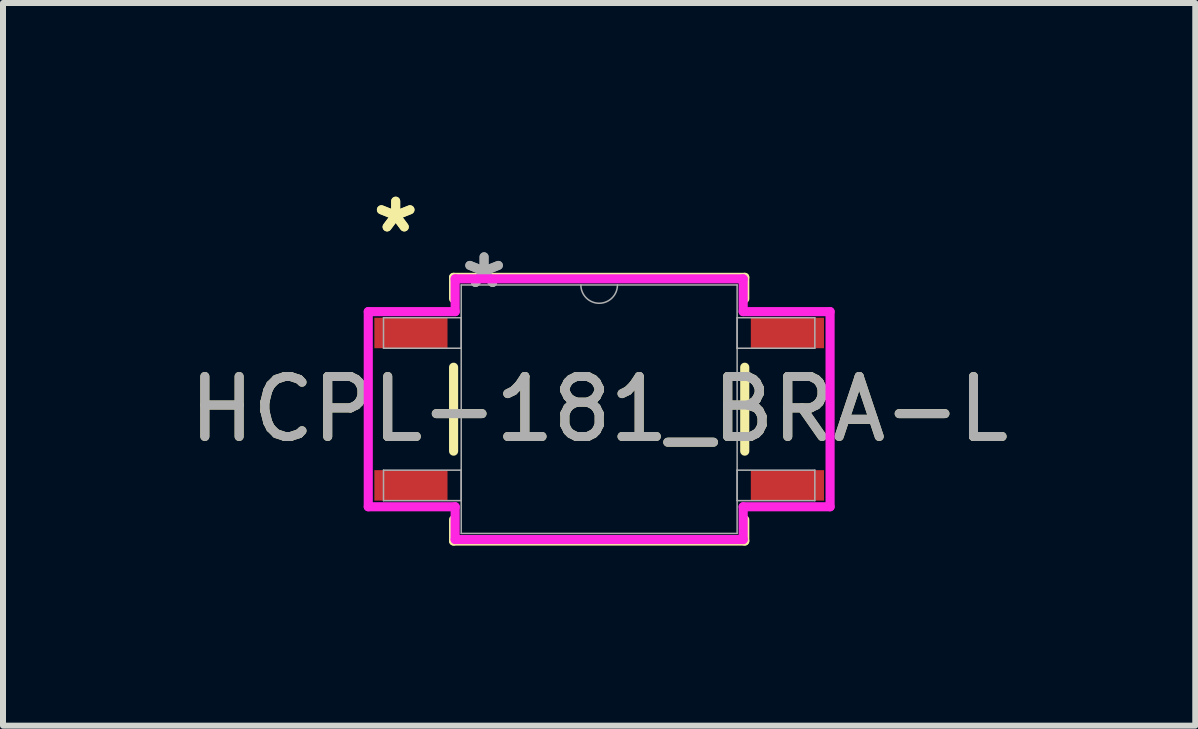
<source format=kicad_pcb>
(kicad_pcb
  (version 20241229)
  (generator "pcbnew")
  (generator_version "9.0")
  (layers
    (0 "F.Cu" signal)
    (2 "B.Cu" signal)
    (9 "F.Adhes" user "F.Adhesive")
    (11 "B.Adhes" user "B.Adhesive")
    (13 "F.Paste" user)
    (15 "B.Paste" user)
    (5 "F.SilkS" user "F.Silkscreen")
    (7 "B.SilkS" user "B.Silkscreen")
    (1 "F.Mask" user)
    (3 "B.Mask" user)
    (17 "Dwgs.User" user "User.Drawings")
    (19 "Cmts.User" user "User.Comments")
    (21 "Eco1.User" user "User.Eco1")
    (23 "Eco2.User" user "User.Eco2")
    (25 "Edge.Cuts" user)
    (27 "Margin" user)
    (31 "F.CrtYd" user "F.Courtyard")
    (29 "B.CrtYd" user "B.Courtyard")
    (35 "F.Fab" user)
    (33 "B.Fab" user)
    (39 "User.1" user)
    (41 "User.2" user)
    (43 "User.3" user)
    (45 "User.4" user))
  (footprint "HCPL-181_BRA-L"
    (layer "F.Cu")
    (at 6.935 3.769)
    (property "Reference" "HCPL-181_BRA-L" (at 0 0 0) (unlocked yes) (layer "F.SilkS") (effects (font (size 1 1) (thickness 0.15))))
    (attr smd)
    (fp_line (start -2.426 -2.197) (end -2.426 -1.841) (stroke (width 0.152) (type solid)) (layer "F.SilkS"))
    (fp_line (start -2.426 -0.699) (end -2.426 0.699) (stroke (width 0.152) (type solid)) (layer "F.SilkS"))
    (fp_line (start -2.426 1.841) (end -2.426 2.197) (stroke (width 0.152) (type solid)) (layer "F.SilkS"))
    (fp_line (start -2.426 2.197) (end 2.426 2.197) (stroke (width 0.152) (type solid)) (layer "F.SilkS"))
    (fp_line (start 2.426 -2.197) (end -2.426 -2.197) (stroke (width 0.152) (type solid)) (layer "F.SilkS"))
    (fp_line (start 2.426 -1.841) (end 2.426 -2.197) (stroke (width 0.152) (type solid)) (layer "F.SilkS"))
    (fp_line (start 2.426 0.699) (end 2.426 -0.699) (stroke (width 0.152) (type solid)) (layer "F.SilkS"))
    (fp_line (start 2.426 2.197) (end 2.426 1.841) (stroke (width 0.152) (type solid)) (layer "F.SilkS"))
    (fp_line (start -3.848 -1.626) (end -2.4 -1.626) (stroke (width 0.152) (type solid)) (layer "F.CrtYd"))
    (fp_line (start -3.848 1.626) (end -3.848 -1.626) (stroke (width 0.152) (type solid)) (layer "F.CrtYd"))
    (fp_line (start -3.848 1.626) (end -2.4 1.626) (stroke (width 0.152) (type solid)) (layer "F.CrtYd"))
    (fp_line (start -2.4 -2.172) (end 2.4 -2.172) (stroke (width 0.152) (type solid)) (layer "F.CrtYd"))
    (fp_line (start -2.4 -1.626) (end -2.4 -2.172) (stroke (width 0.152) (type solid)) (layer "F.CrtYd"))
    (fp_line (start -2.4 2.172) (end -2.4 1.626) (stroke (width 0.152) (type solid)) (layer "F.CrtYd"))
    (fp_line (start 2.4 -2.172) (end 2.4 -1.626) (stroke (width 0.152) (type solid)) (layer "F.CrtYd"))
    (fp_line (start 2.4 1.626) (end 2.4 2.172) (stroke (width 0.152) (type solid)) (layer "F.CrtYd"))
    (fp_line (start 2.4 2.172) (end -2.4 2.172) (stroke (width 0.152) (type solid)) (layer "F.CrtYd"))
    (fp_line (start 3.848 -1.626) (end 2.4 -1.626) (stroke (width 0.152) (type solid)) (layer "F.CrtYd"))
    (fp_line (start 3.848 -1.626) (end 3.848 1.626) (stroke (width 0.152) (type solid)) (layer "F.CrtYd"))
    (fp_line (start 3.848 1.626) (end 2.4 1.626) (stroke (width 0.152) (type solid)) (layer "F.CrtYd"))
    (fp_line (start -3.594 -1.524) (end -3.594 -1.016) (stroke (width 0.025) (type solid)) (layer "F.Fab"))
    (fp_line (start -3.594 -1.016) (end -2.299 -1.016) (stroke (width 0.025) (type solid)) (layer "F.Fab"))
    (fp_line (start -3.594 1.016) (end -3.594 1.524) (stroke (width 0.025) (type solid)) (layer "F.Fab"))
    (fp_line (start -3.594 1.524) (end -2.299 1.524) (stroke (width 0.025) (type solid)) (layer "F.Fab"))
    (fp_line (start -2.299 -2.07) (end -2.299 2.07) (stroke (width 0.025) (type solid)) (layer "F.Fab"))
    (fp_line (start -2.299 -1.524) (end -3.594 -1.524) (stroke (width 0.025) (type solid)) (layer "F.Fab"))
    (fp_line (start -2.299 -1.016) (end -2.299 -1.524) (stroke (width 0.025) (type solid)) (layer "F.Fab"))
    (fp_line (start -2.299 1.016) (end -3.594 1.016) (stroke (width 0.025) (type solid)) (layer "F.Fab"))
    (fp_line (start -2.299 1.524) (end -2.299 1.016) (stroke (width 0.025) (type solid)) (layer "F.Fab"))
    (fp_line (start -2.299 2.07) (end 2.299 2.07) (stroke (width 0.025) (type solid)) (layer "F.Fab"))
    (fp_line (start 2.299 -2.07) (end -2.299 -2.07) (stroke (width 0.025) (type solid)) (layer "F.Fab"))
    (fp_line (start 2.299 -1.524) (end 2.299 -1.016) (stroke (width 0.025) (type solid)) (layer "F.Fab"))
    (fp_line (start 2.299 -1.016) (end 3.594 -1.016) (stroke (width 0.025) (type solid)) (layer "F.Fab"))
    (fp_line (start 2.299 1.016) (end 2.299 1.524) (stroke (width 0.025) (type solid)) (layer "F.Fab"))
    (fp_line (start 2.299 1.524) (end 3.594 1.524) (stroke (width 0.025) (type solid)) (layer "F.Fab"))
    (fp_line (start 2.299 2.07) (end 2.299 -2.07) (stroke (width 0.025) (type solid)) (layer "F.Fab"))
    (fp_line (start 3.594 -1.524) (end 2.299 -1.524) (stroke (width 0.025) (type solid)) (layer "F.Fab"))
    (fp_line (start 3.594 -1.016) (end 3.594 -1.524) (stroke (width 0.025) (type solid)) (layer "F.Fab"))
    (fp_line (start 3.594 1.016) (end 2.299 1.016) (stroke (width 0.025) (type solid)) (layer "F.Fab"))
    (fp_line (start 3.594 1.524) (end 3.594 1.016) (stroke (width 0.025) (type solid)) (layer "F.Fab"))
    (fp_arc (start 0.3048 -2.0701) (mid 0 -1.7653) (end -0.3048 -2.0701) (stroke (width 0.0254) (type solid)) (layer "F.Fab"))
    (fp_text user "*" (at -3.391 -2.921 0) (unlocked yes) (layer "F.SilkS") (effects (font (size 1 1) (thickness 0.15))))
    (fp_text user "*" (at -3.391 -2.921 0) (layer "F.SilkS") (effects (font (size 1 1) (thickness 0.15))))
    (fp_text user "*" (at -1.918 -1.994 0) (unlocked yes) (layer "F.Fab") (effects (font (size 1 1) (thickness 0.15))))
    (fp_text user "${REFERENCE}" (at 0 0 0) (unlocked yes) (layer "F.Fab") (effects (font (size 1 1) (thickness 0.15))))
    (fp_text user "*" (at -1.918 -1.994 0) (layer "F.Fab") (effects (font (size 1 1) (thickness 0.15))))
    (pad "1" smd rect (at -3.137 -1.27) (size 1.219 0.508) (layers "F.Cu" "F.Mask" "F.Paste"))
    (pad "2" smd rect (at -3.137 1.27) (size 1.219 0.508) (layers "F.Cu" "F.Mask" "F.Paste"))
    (pad "3" smd rect (at 3.137 1.27) (size 1.219 0.508) (layers "F.Cu" "F.Mask" "F.Paste"))
    (pad "4" smd rect (at 3.137 -1.27) (size 1.219 0.508) (layers "F.Cu" "F.Mask" "F.Paste")))
  (gr_rect
    (start -3 -3)
    (end 16.869 9.043)
    (stroke (width 0.1) (type default))
    (fill no)
    (layer "Edge.Cuts")))
</source>
